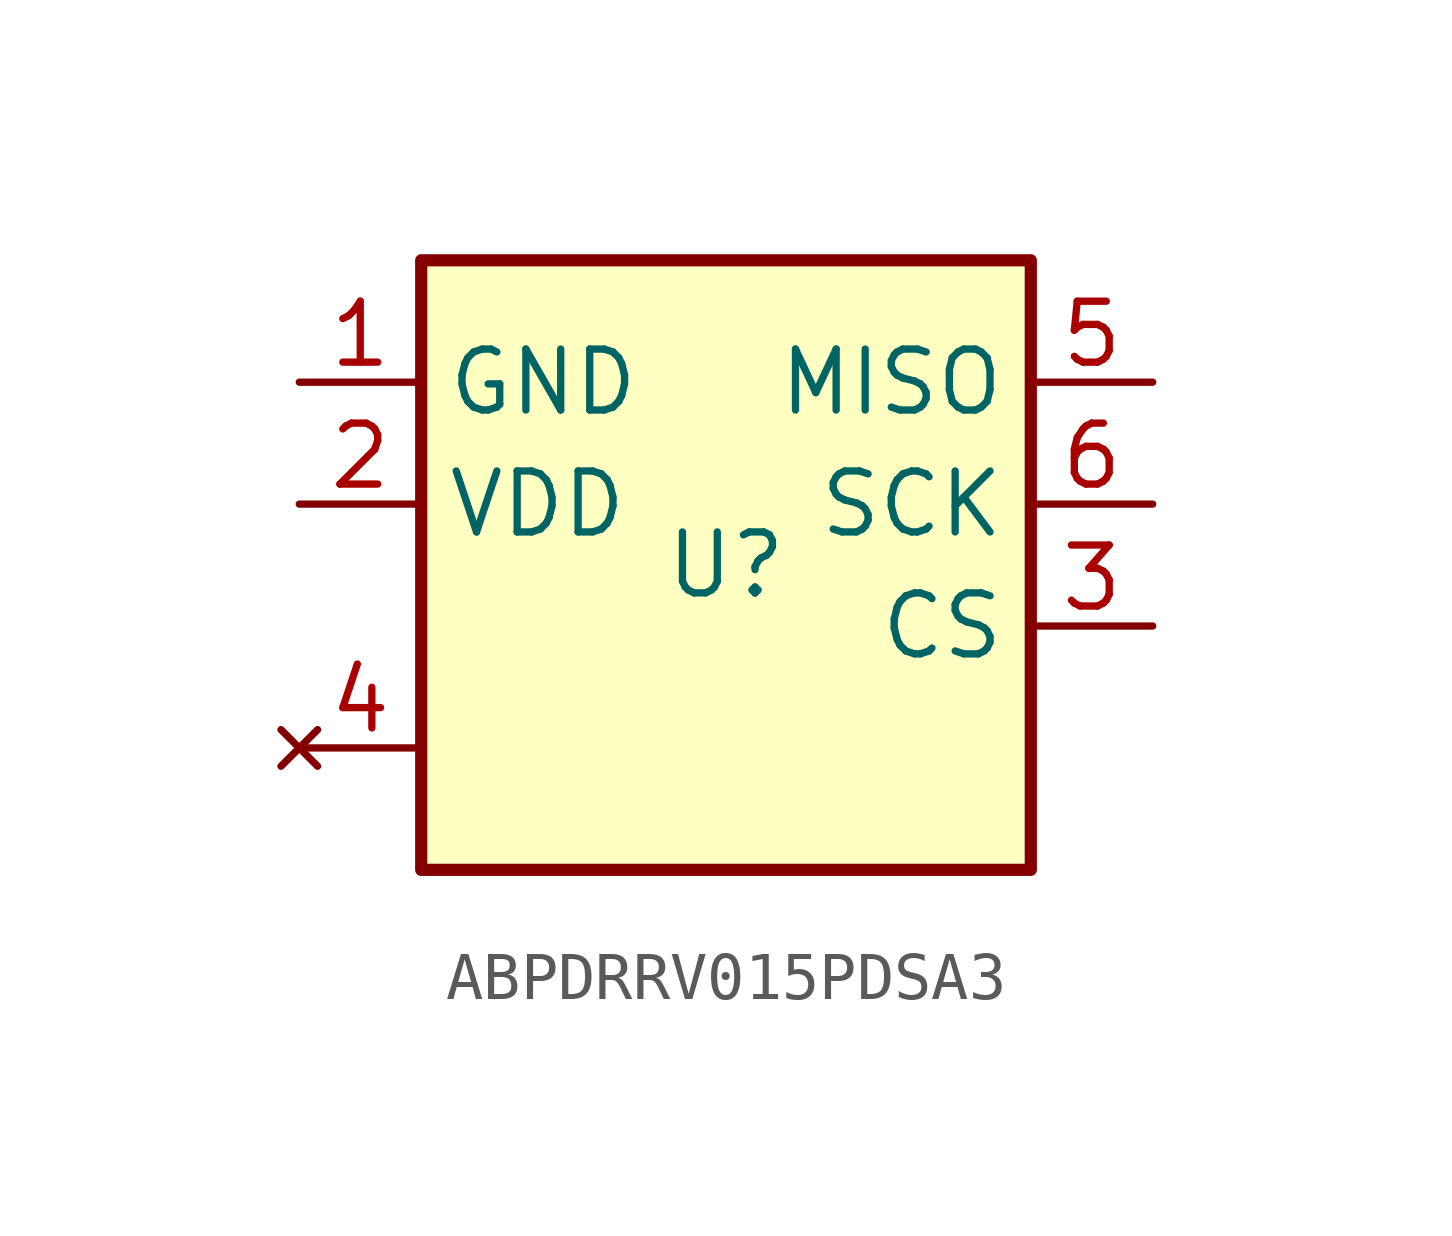
<source format=kicad_sym>
(kicad_symbol_lib
  (version 20220914)
  (generator kicad_symbol_editor)
  (symbol "ABPDRRV015PDSA3"
    (property "Reference" "U"
      (at 0 0 0)
      (effects (font (size 1.27 1.27))))
    (property "Value" ""
      (at 0 0 0)
      (effects (font (size 1.27 1.27))))
    (symbol "ABPDRRV015PDSA3_0_1"
      (rectangle (start -6.35 6.35) (end 6.35 -6.35) (stroke (width 0.254) (type default)) (fill (type background))))
    (symbol "ABPDRRV015PDSA3_1_1"
      (pin power_in line (at -8.89 3.81 0) (length 2.54) (name "GND" (effects (font (size 1.27 1.27)))) (number "1" (effects (font (size 1.27 1.27)))))
      (pin power_in line (at -8.89 1.27 0) (length 2.54) (name "VDD" (effects (font (size 1.27 1.27)))) (number "2" (effects (font (size 1.27 1.27)))))
      (pin input line (at 8.89 -1.27 180) (length 2.54) (name "CS" (effects (font (size 1.27 1.27)))) (number "3" (effects (font (size 1.27 1.27)))))
      (pin no_connect line (at -8.89 -3.81 0) (length 2.54) (name "" (effects (font (size 1.27 1.27)))) (number "4" (effects (font (size 1.27 1.27)))))
      (pin output line (at 8.89 3.81 180) (length 2.54) (name "MISO" (effects (font (size 1.27 1.27)))) (number "5" (effects (font (size 1.27 1.27)))))
      (pin input line (at 8.89 1.27 180) (length 2.54) (name "SCK" (effects (font (size 1.27 1.27)))) (number "6" (effects (font (size 1.27 1.27))))))))
</source>
